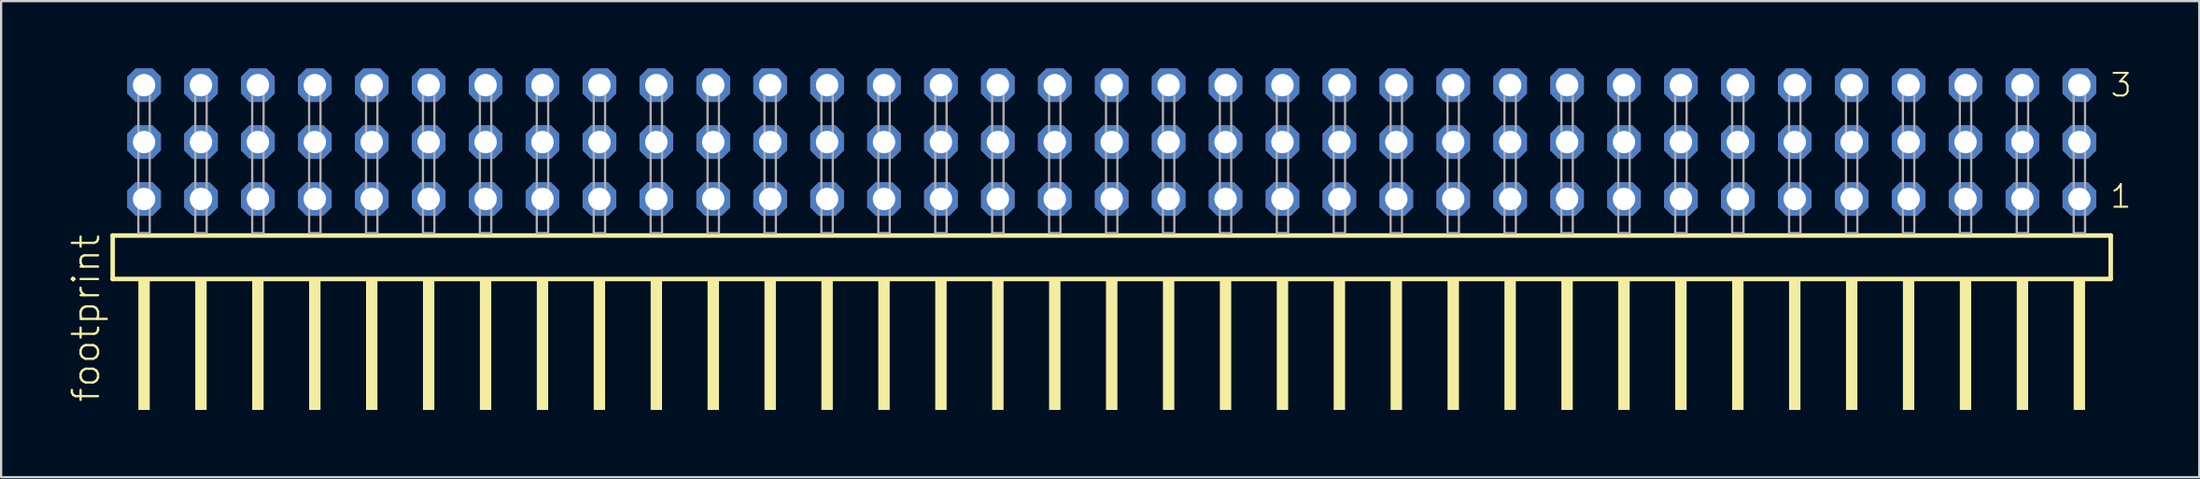
<source format=kicad_pcb>
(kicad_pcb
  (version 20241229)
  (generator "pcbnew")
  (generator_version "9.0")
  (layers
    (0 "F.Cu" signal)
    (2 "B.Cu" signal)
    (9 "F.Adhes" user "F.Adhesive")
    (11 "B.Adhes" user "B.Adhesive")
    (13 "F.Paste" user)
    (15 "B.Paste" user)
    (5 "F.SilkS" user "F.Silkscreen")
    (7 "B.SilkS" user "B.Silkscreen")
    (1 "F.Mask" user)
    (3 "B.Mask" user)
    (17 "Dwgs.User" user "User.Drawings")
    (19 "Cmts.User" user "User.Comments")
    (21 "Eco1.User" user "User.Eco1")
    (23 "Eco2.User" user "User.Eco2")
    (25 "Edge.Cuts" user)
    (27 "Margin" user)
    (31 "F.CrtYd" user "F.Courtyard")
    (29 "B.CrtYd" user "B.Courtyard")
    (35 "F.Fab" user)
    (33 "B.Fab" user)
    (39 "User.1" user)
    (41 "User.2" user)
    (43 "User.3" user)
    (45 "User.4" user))
  (footprint "footprint"
    (layer "F.Cu")
    (at 47.828 7.354)
    (property "Reference" "footprint" (at -46.355 7.62 90) (layer "F.SilkS") (effects (font (size 1.168 1.168) (thickness 0.102)) (justify left bottom)))
    (fp_line (start -45.849 0.106) (end -45.849 2.046) (stroke (width 0.203) (type solid)) (layer "F.SilkS"))
    (fp_line (start -45.849 2.046) (end 43.309 2.046) (stroke (width 0.203) (type solid)) (layer "F.SilkS"))
    (fp_line (start 43.309 0.106) (end -45.849 0.106) (stroke (width 0.203) (type solid)) (layer "F.SilkS"))
    (fp_line (start 43.309 2.046) (end 43.309 0.106) (stroke (width 0.203) (type solid)) (layer "F.SilkS"))
    (fp_poly (pts (xy -44.704 7.89) (xy -44.196 7.89) (xy -44.196 2.04) (xy -44.704 2.04)) (stroke (width 0) (type solid)) (fill yes) (layer "F.SilkS"))
    (fp_poly (pts (xy -42.164 7.89) (xy -41.656 7.89) (xy -41.656 2.04) (xy -42.164 2.04)) (stroke (width 0) (type solid)) (fill yes) (layer "F.SilkS"))
    (fp_poly (pts (xy -39.624 7.89) (xy -39.116 7.89) (xy -39.116 2.04) (xy -39.624 2.04)) (stroke (width 0) (type solid)) (fill yes) (layer "F.SilkS"))
    (fp_poly (pts (xy -37.084 7.89) (xy -36.576 7.89) (xy -36.576 2.04) (xy -37.084 2.04)) (stroke (width 0) (type solid)) (fill yes) (layer "F.SilkS"))
    (fp_poly (pts (xy -34.544 7.89) (xy -34.036 7.89) (xy -34.036 2.04) (xy -34.544 2.04)) (stroke (width 0) (type solid)) (fill yes) (layer "F.SilkS"))
    (fp_poly (pts (xy -32.004 7.89) (xy -31.496 7.89) (xy -31.496 2.04) (xy -32.004 2.04)) (stroke (width 0) (type solid)) (fill yes) (layer "F.SilkS"))
    (fp_poly (pts (xy -29.464 7.89) (xy -28.956 7.89) (xy -28.956 2.04) (xy -29.464 2.04)) (stroke (width 0) (type solid)) (fill yes) (layer "F.SilkS"))
    (fp_poly (pts (xy -26.924 7.89) (xy -26.416 7.89) (xy -26.416 2.04) (xy -26.924 2.04)) (stroke (width 0) (type solid)) (fill yes) (layer "F.SilkS"))
    (fp_poly (pts (xy -24.384 7.89) (xy -23.876 7.89) (xy -23.876 2.04) (xy -24.384 2.04)) (stroke (width 0) (type solid)) (fill yes) (layer "F.SilkS"))
    (fp_poly (pts (xy -21.844 7.89) (xy -21.336 7.89) (xy -21.336 2.04) (xy -21.844 2.04)) (stroke (width 0) (type solid)) (fill yes) (layer "F.SilkS"))
    (fp_poly (pts (xy -19.304 7.89) (xy -18.796 7.89) (xy -18.796 2.04) (xy -19.304 2.04)) (stroke (width 0) (type solid)) (fill yes) (layer "F.SilkS"))
    (fp_poly (pts (xy -16.764 7.89) (xy -16.256 7.89) (xy -16.256 2.04) (xy -16.764 2.04)) (stroke (width 0) (type solid)) (fill yes) (layer "F.SilkS"))
    (fp_poly (pts (xy -14.224 7.89) (xy -13.716 7.89) (xy -13.716 2.04) (xy -14.224 2.04)) (stroke (width 0) (type solid)) (fill yes) (layer "F.SilkS"))
    (fp_poly (pts (xy -11.684 7.89) (xy -11.176 7.89) (xy -11.176 2.04) (xy -11.684 2.04)) (stroke (width 0) (type solid)) (fill yes) (layer "F.SilkS"))
    (fp_poly (pts (xy -9.144 7.89) (xy -8.636 7.89) (xy -8.636 2.04) (xy -9.144 2.04)) (stroke (width 0) (type solid)) (fill yes) (layer "F.SilkS"))
    (fp_poly (pts (xy -6.604 7.89) (xy -6.096 7.89) (xy -6.096 2.04) (xy -6.604 2.04)) (stroke (width 0) (type solid)) (fill yes) (layer "F.SilkS"))
    (fp_poly (pts (xy -4.064 7.89) (xy -3.556 7.89) (xy -3.556 2.04) (xy -4.064 2.04)) (stroke (width 0) (type solid)) (fill yes) (layer "F.SilkS"))
    (fp_poly (pts (xy -1.524 7.89) (xy -1.016 7.89) (xy -1.016 2.04) (xy -1.524 2.04)) (stroke (width 0) (type solid)) (fill yes) (layer "F.SilkS"))
    (fp_poly (pts (xy 1.016 7.89) (xy 1.524 7.89) (xy 1.524 2.04) (xy 1.016 2.04)) (stroke (width 0) (type solid)) (fill yes) (layer "F.SilkS"))
    (fp_poly (pts (xy 3.556 7.89) (xy 4.064 7.89) (xy 4.064 2.04) (xy 3.556 2.04)) (stroke (width 0) (type solid)) (fill yes) (layer "F.SilkS"))
    (fp_poly (pts (xy 6.096 7.89) (xy 6.604 7.89) (xy 6.604 2.04) (xy 6.096 2.04)) (stroke (width 0) (type solid)) (fill yes) (layer "F.SilkS"))
    (fp_poly (pts (xy 8.636 7.89) (xy 9.144 7.89) (xy 9.144 2.04) (xy 8.636 2.04)) (stroke (width 0) (type solid)) (fill yes) (layer "F.SilkS"))
    (fp_poly (pts (xy 11.176 7.89) (xy 11.684 7.89) (xy 11.684 2.04) (xy 11.176 2.04)) (stroke (width 0) (type solid)) (fill yes) (layer "F.SilkS"))
    (fp_poly (pts (xy 13.716 7.89) (xy 14.224 7.89) (xy 14.224 2.04) (xy 13.716 2.04)) (stroke (width 0) (type solid)) (fill yes) (layer "F.SilkS"))
    (fp_poly (pts (xy 16.256 7.89) (xy 16.764 7.89) (xy 16.764 2.04) (xy 16.256 2.04)) (stroke (width 0) (type solid)) (fill yes) (layer "F.SilkS"))
    (fp_poly (pts (xy 18.796 7.89) (xy 19.304 7.89) (xy 19.304 2.04) (xy 18.796 2.04)) (stroke (width 0) (type solid)) (fill yes) (layer "F.SilkS"))
    (fp_poly (pts (xy 21.336 7.89) (xy 21.844 7.89) (xy 21.844 2.04) (xy 21.336 2.04)) (stroke (width 0) (type solid)) (fill yes) (layer "F.SilkS"))
    (fp_poly (pts (xy 23.876 7.89) (xy 24.384 7.89) (xy 24.384 2.04) (xy 23.876 2.04)) (stroke (width 0) (type solid)) (fill yes) (layer "F.SilkS"))
    (fp_poly (pts (xy 26.416 7.89) (xy 26.924 7.89) (xy 26.924 2.04) (xy 26.416 2.04)) (stroke (width 0) (type solid)) (fill yes) (layer "F.SilkS"))
    (fp_poly (pts (xy 28.956 7.89) (xy 29.464 7.89) (xy 29.464 2.04) (xy 28.956 2.04)) (stroke (width 0) (type solid)) (fill yes) (layer "F.SilkS"))
    (fp_poly (pts (xy 31.496 7.89) (xy 32.004 7.89) (xy 32.004 2.04) (xy 31.496 2.04)) (stroke (width 0) (type solid)) (fill yes) (layer "F.SilkS"))
    (fp_poly (pts (xy 34.036 7.89) (xy 34.544 7.89) (xy 34.544 2.04) (xy 34.036 2.04)) (stroke (width 0) (type solid)) (fill yes) (layer "F.SilkS"))
    (fp_poly (pts (xy 36.576 7.89) (xy 37.084 7.89) (xy 37.084 2.04) (xy 36.576 2.04)) (stroke (width 0) (type solid)) (fill yes) (layer "F.SilkS"))
    (fp_poly (pts (xy 39.116 7.89) (xy 39.624 7.89) (xy 39.624 2.04) (xy 39.116 2.04)) (stroke (width 0) (type solid)) (fill yes) (layer "F.SilkS"))
    (fp_poly (pts (xy 41.656 7.89) (xy 42.164 7.89) (xy 42.164 2.04) (xy 41.656 2.04)) (stroke (width 0) (type solid)) (fill yes) (layer "F.SilkS"))
    (fp_poly (pts (xy -44.704 0) (xy -44.196 0) (xy -44.196 -6.858) (xy -44.704 -6.858)) (stroke (width 0.1) (type solid)) (fill no) (layer "F.Fab"))
    (fp_poly (pts (xy -42.164 0) (xy -41.656 0) (xy -41.656 -6.858) (xy -42.164 -6.858)) (stroke (width 0.1) (type solid)) (fill no) (layer "F.Fab"))
    (fp_poly (pts (xy -39.624 0) (xy -39.116 0) (xy -39.116 -6.858) (xy -39.624 -6.858)) (stroke (width 0.1) (type solid)) (fill no) (layer "F.Fab"))
    (fp_poly (pts (xy -37.084 0) (xy -36.576 0) (xy -36.576 -6.858) (xy -37.084 -6.858)) (stroke (width 0.1) (type solid)) (fill no) (layer "F.Fab"))
    (fp_poly (pts (xy -34.544 0) (xy -34.036 0) (xy -34.036 -6.858) (xy -34.544 -6.858)) (stroke (width 0.1) (type solid)) (fill no) (layer "F.Fab"))
    (fp_poly (pts (xy -32.004 0) (xy -31.496 0) (xy -31.496 -6.858) (xy -32.004 -6.858)) (stroke (width 0.1) (type solid)) (fill no) (layer "F.Fab"))
    (fp_poly (pts (xy -29.464 0) (xy -28.956 0) (xy -28.956 -6.858) (xy -29.464 -6.858)) (stroke (width 0.1) (type solid)) (fill no) (layer "F.Fab"))
    (fp_poly (pts (xy -26.924 0) (xy -26.416 0) (xy -26.416 -6.858) (xy -26.924 -6.858)) (stroke (width 0.1) (type solid)) (fill no) (layer "F.Fab"))
    (fp_poly (pts (xy -24.384 0) (xy -23.876 0) (xy -23.876 -6.858) (xy -24.384 -6.858)) (stroke (width 0.1) (type solid)) (fill no) (layer "F.Fab"))
    (fp_poly (pts (xy -21.844 0) (xy -21.336 0) (xy -21.336 -6.858) (xy -21.844 -6.858)) (stroke (width 0.1) (type solid)) (fill no) (layer "F.Fab"))
    (fp_poly (pts (xy -19.304 0) (xy -18.796 0) (xy -18.796 -6.858) (xy -19.304 -6.858)) (stroke (width 0.1) (type solid)) (fill no) (layer "F.Fab"))
    (fp_poly (pts (xy -16.764 0) (xy -16.256 0) (xy -16.256 -6.858) (xy -16.764 -6.858)) (stroke (width 0.1) (type solid)) (fill no) (layer "F.Fab"))
    (fp_poly (pts (xy -14.224 0) (xy -13.716 0) (xy -13.716 -6.858) (xy -14.224 -6.858)) (stroke (width 0.1) (type solid)) (fill no) (layer "F.Fab"))
    (fp_poly (pts (xy -11.684 0) (xy -11.176 0) (xy -11.176 -6.858) (xy -11.684 -6.858)) (stroke (width 0.1) (type solid)) (fill no) (layer "F.Fab"))
    (fp_poly (pts (xy -9.144 0) (xy -8.636 0) (xy -8.636 -6.858) (xy -9.144 -6.858)) (stroke (width 0.1) (type solid)) (fill no) (layer "F.Fab"))
    (fp_poly (pts (xy -6.604 0) (xy -6.096 0) (xy -6.096 -6.858) (xy -6.604 -6.858)) (stroke (width 0.1) (type solid)) (fill no) (layer "F.Fab"))
    (fp_poly (pts (xy -4.064 0) (xy -3.556 0) (xy -3.556 -6.858) (xy -4.064 -6.858)) (stroke (width 0.1) (type solid)) (fill no) (layer "F.Fab"))
    (fp_poly (pts (xy -1.524 0) (xy -1.016 0) (xy -1.016 -6.858) (xy -1.524 -6.858)) (stroke (width 0.1) (type solid)) (fill no) (layer "F.Fab"))
    (fp_poly (pts (xy 1.016 0) (xy 1.524 0) (xy 1.524 -6.858) (xy 1.016 -6.858)) (stroke (width 0.1) (type solid)) (fill no) (layer "F.Fab"))
    (fp_poly (pts (xy 3.556 0) (xy 4.064 0) (xy 4.064 -6.858) (xy 3.556 -6.858)) (stroke (width 0.1) (type solid)) (fill no) (layer "F.Fab"))
    (fp_poly (pts (xy 6.096 0) (xy 6.604 0) (xy 6.604 -6.858) (xy 6.096 -6.858)) (stroke (width 0.1) (type solid)) (fill no) (layer "F.Fab"))
    (fp_poly (pts (xy 8.636 0) (xy 9.144 0) (xy 9.144 -6.858) (xy 8.636 -6.858)) (stroke (width 0.1) (type solid)) (fill no) (layer "F.Fab"))
    (fp_poly (pts (xy 11.176 0) (xy 11.684 0) (xy 11.684 -6.858) (xy 11.176 -6.858)) (stroke (width 0.1) (type solid)) (fill no) (layer "F.Fab"))
    (fp_poly (pts (xy 13.716 0) (xy 14.224 0) (xy 14.224 -6.858) (xy 13.716 -6.858)) (stroke (width 0.1) (type solid)) (fill no) (layer "F.Fab"))
    (fp_poly (pts (xy 16.256 0) (xy 16.764 0) (xy 16.764 -6.858) (xy 16.256 -6.858)) (stroke (width 0.1) (type solid)) (fill no) (layer "F.Fab"))
    (fp_poly (pts (xy 18.796 0) (xy 19.304 0) (xy 19.304 -6.858) (xy 18.796 -6.858)) (stroke (width 0.1) (type solid)) (fill no) (layer "F.Fab"))
    (fp_poly (pts (xy 21.336 0) (xy 21.844 0) (xy 21.844 -6.858) (xy 21.336 -6.858)) (stroke (width 0.1) (type solid)) (fill no) (layer "F.Fab"))
    (fp_poly (pts (xy 23.876 0) (xy 24.384 0) (xy 24.384 -6.858) (xy 23.876 -6.858)) (stroke (width 0.1) (type solid)) (fill no) (layer "F.Fab"))
    (fp_poly (pts (xy 26.416 0) (xy 26.924 0) (xy 26.924 -6.858) (xy 26.416 -6.858)) (stroke (width 0.1) (type solid)) (fill no) (layer "F.Fab"))
    (fp_poly (pts (xy 28.956 0) (xy 29.464 0) (xy 29.464 -6.858) (xy 28.956 -6.858)) (stroke (width 0.1) (type solid)) (fill no) (layer "F.Fab"))
    (fp_poly (pts (xy 31.496 0) (xy 32.004 0) (xy 32.004 -6.858) (xy 31.496 -6.858)) (stroke (width 0.1) (type solid)) (fill no) (layer "F.Fab"))
    (fp_poly (pts (xy 34.036 0) (xy 34.544 0) (xy 34.544 -6.858) (xy 34.036 -6.858)) (stroke (width 0.1) (type solid)) (fill no) (layer "F.Fab"))
    (fp_poly (pts (xy 36.576 0) (xy 37.084 0) (xy 37.084 -6.858) (xy 36.576 -6.858)) (stroke (width 0.1) (type solid)) (fill no) (layer "F.Fab"))
    (fp_poly (pts (xy 39.116 0) (xy 39.624 0) (xy 39.624 -6.858) (xy 39.116 -6.858)) (stroke (width 0.1) (type solid)) (fill no) (layer "F.Fab"))
    (fp_poly (pts (xy 41.656 0) (xy 42.164 0) (xy 42.164 -6.858) (xy 41.656 -6.858)) (stroke (width 0.1) (type solid)) (fill no) (layer "F.Fab"))
    (fp_text user "3" (at 43.235 -6.015 0) (layer "F.SilkS") (effects (font (size 1.012 1.012) (thickness 0.088)) (justify left bottom)))
    (fp_text user "1" (at 43.22 -1.05 0) (layer "F.SilkS") (effects (font (size 1.012 1.012) (thickness 0.088)) (justify left bottom)))
    (pad "1" thru_hole roundrect (at 41.91 -1.524 180) (size 1.5 1.5) (drill 1) (layers "*.Cu" "*.Mask") (roundrect_rratio 0.25) (chamfer_ratio 0.25) (chamfer top_left top_right bottom_left bottom_right))
    (pad "2" thru_hole roundrect (at 41.91 -4.064 180) (size 1.5 1.5) (drill 1) (layers "*.Cu" "*.Mask") (roundrect_rratio 0.25) (chamfer_ratio 0.25) (chamfer top_left top_right bottom_left bottom_right))
    (pad "3" thru_hole roundrect (at 41.91 -6.604 180) (size 1.5 1.5) (drill 1) (layers "*.Cu" "*.Mask") (roundrect_rratio 0.25) (chamfer_ratio 0.25) (chamfer top_left top_right bottom_left bottom_right))
    (pad "4" thru_hole roundrect (at 39.37 -1.524 180) (size 1.5 1.5) (drill 1) (layers "*.Cu" "*.Mask") (roundrect_rratio 0.25) (chamfer_ratio 0.25) (chamfer top_left top_right bottom_left bottom_right))
    (pad "5" thru_hole roundrect (at 39.37 -4.064 180) (size 1.5 1.5) (drill 1) (layers "*.Cu" "*.Mask") (roundrect_rratio 0.25) (chamfer_ratio 0.25) (chamfer top_left top_right bottom_left bottom_right))
    (pad "6" thru_hole roundrect (at 39.37 -6.604 180) (size 1.5 1.5) (drill 1) (layers "*.Cu" "*.Mask") (roundrect_rratio 0.25) (chamfer_ratio 0.25) (chamfer top_left top_right bottom_left bottom_right))
    (pad "7" thru_hole roundrect (at 36.83 -1.524 180) (size 1.5 1.5) (drill 1) (layers "*.Cu" "*.Mask") (roundrect_rratio 0.25) (chamfer_ratio 0.25) (chamfer top_left top_right bottom_left bottom_right))
    (pad "8" thru_hole roundrect (at 36.83 -4.064 180) (size 1.5 1.5) (drill 1) (layers "*.Cu" "*.Mask") (roundrect_rratio 0.25) (chamfer_ratio 0.25) (chamfer top_left top_right bottom_left bottom_right))
    (pad "9" thru_hole roundrect (at 36.83 -6.604 180) (size 1.5 1.5) (drill 1) (layers "*.Cu" "*.Mask") (roundrect_rratio 0.25) (chamfer_ratio 0.25) (chamfer top_left top_right bottom_left bottom_right))
    (pad "10" thru_hole roundrect (at 34.29 -1.524 180) (size 1.5 1.5) (drill 1) (layers "*.Cu" "*.Mask") (roundrect_rratio 0.25) (chamfer_ratio 0.25) (chamfer top_left top_right bottom_left bottom_right))
    (pad "11" thru_hole roundrect (at 34.29 -4.064 180) (size 1.5 1.5) (drill 1) (layers "*.Cu" "*.Mask") (roundrect_rratio 0.25) (chamfer_ratio 0.25) (chamfer top_left top_right bottom_left bottom_right))
    (pad "12" thru_hole roundrect (at 34.29 -6.604 180) (size 1.5 1.5) (drill 1) (layers "*.Cu" "*.Mask") (roundrect_rratio 0.25) (chamfer_ratio 0.25) (chamfer top_left top_right bottom_left bottom_right))
    (pad "13" thru_hole roundrect (at 31.75 -1.524 180) (size 1.5 1.5) (drill 1) (layers "*.Cu" "*.Mask") (roundrect_rratio 0.25) (chamfer_ratio 0.25) (chamfer top_left top_right bottom_left bottom_right))
    (pad "14" thru_hole roundrect (at 31.75 -4.064 180) (size 1.5 1.5) (drill 1) (layers "*.Cu" "*.Mask") (roundrect_rratio 0.25) (chamfer_ratio 0.25) (chamfer top_left top_right bottom_left bottom_right))
    (pad "15" thru_hole roundrect (at 31.75 -6.604 180) (size 1.5 1.5) (drill 1) (layers "*.Cu" "*.Mask") (roundrect_rratio 0.25) (chamfer_ratio 0.25) (chamfer top_left top_right bottom_left bottom_right))
    (pad "16" thru_hole roundrect (at 29.21 -1.524 180) (size 1.5 1.5) (drill 1) (layers "*.Cu" "*.Mask") (roundrect_rratio 0.25) (chamfer_ratio 0.25) (chamfer top_left top_right bottom_left bottom_right))
    (pad "17" thru_hole roundrect (at 29.21 -4.064 180) (size 1.5 1.5) (drill 1) (layers "*.Cu" "*.Mask") (roundrect_rratio 0.25) (chamfer_ratio 0.25) (chamfer top_left top_right bottom_left bottom_right))
    (pad "18" thru_hole roundrect (at 29.21 -6.604 180) (size 1.5 1.5) (drill 1) (layers "*.Cu" "*.Mask") (roundrect_rratio 0.25) (chamfer_ratio 0.25) (chamfer top_left top_right bottom_left bottom_right))
    (pad "19" thru_hole roundrect (at 26.67 -1.524 180) (size 1.5 1.5) (drill 1) (layers "*.Cu" "*.Mask") (roundrect_rratio 0.25) (chamfer_ratio 0.25) (chamfer top_left top_right bottom_left bottom_right))
    (pad "20" thru_hole roundrect (at 26.67 -4.064 180) (size 1.5 1.5) (drill 1) (layers "*.Cu" "*.Mask") (roundrect_rratio 0.25) (chamfer_ratio 0.25) (chamfer top_left top_right bottom_left bottom_right))
    (pad "21" thru_hole roundrect (at 26.67 -6.604 180) (size 1.5 1.5) (drill 1) (layers "*.Cu" "*.Mask") (roundrect_rratio 0.25) (chamfer_ratio 0.25) (chamfer top_left top_right bottom_left bottom_right))
    (pad "22" thru_hole roundrect (at 24.13 -1.524 180) (size 1.5 1.5) (drill 1) (layers "*.Cu" "*.Mask") (roundrect_rratio 0.25) (chamfer_ratio 0.25) (chamfer top_left top_right bottom_left bottom_right))
    (pad "23" thru_hole roundrect (at 24.13 -4.064 180) (size 1.5 1.5) (drill 1) (layers "*.Cu" "*.Mask") (roundrect_rratio 0.25) (chamfer_ratio 0.25) (chamfer top_left top_right bottom_left bottom_right))
    (pad "24" thru_hole roundrect (at 24.13 -6.604 180) (size 1.5 1.5) (drill 1) (layers "*.Cu" "*.Mask") (roundrect_rratio 0.25) (chamfer_ratio 0.25) (chamfer top_left top_right bottom_left bottom_right))
    (pad "25" thru_hole roundrect (at 21.59 -1.524 180) (size 1.5 1.5) (drill 1) (layers "*.Cu" "*.Mask") (roundrect_rratio 0.25) (chamfer_ratio 0.25) (chamfer top_left top_right bottom_left bottom_right))
    (pad "26" thru_hole roundrect (at 21.59 -4.064 180) (size 1.5 1.5) (drill 1) (layers "*.Cu" "*.Mask") (roundrect_rratio 0.25) (chamfer_ratio 0.25) (chamfer top_left top_right bottom_left bottom_right))
    (pad "27" thru_hole roundrect (at 21.59 -6.604 180) (size 1.5 1.5) (drill 1) (layers "*.Cu" "*.Mask") (roundrect_rratio 0.25) (chamfer_ratio 0.25) (chamfer top_left top_right bottom_left bottom_right))
    (pad "28" thru_hole roundrect (at 19.05 -1.524 180) (size 1.5 1.5) (drill 1) (layers "*.Cu" "*.Mask") (roundrect_rratio 0.25) (chamfer_ratio 0.25) (chamfer top_left top_right bottom_left bottom_right))
    (pad "29" thru_hole roundrect (at 19.05 -4.064 180) (size 1.5 1.5) (drill 1) (layers "*.Cu" "*.Mask") (roundrect_rratio 0.25) (chamfer_ratio 0.25) (chamfer top_left top_right bottom_left bottom_right))
    (pad "30" thru_hole roundrect (at 19.05 -6.604 180) (size 1.5 1.5) (drill 1) (layers "*.Cu" "*.Mask") (roundrect_rratio 0.25) (chamfer_ratio 0.25) (chamfer top_left top_right bottom_left bottom_right))
    (pad "31" thru_hole roundrect (at 16.51 -1.524 180) (size 1.5 1.5) (drill 1) (layers "*.Cu" "*.Mask") (roundrect_rratio 0.25) (chamfer_ratio 0.25) (chamfer top_left top_right bottom_left bottom_right))
    (pad "32" thru_hole roundrect (at 16.51 -4.064 180) (size 1.5 1.5) (drill 1) (layers "*.Cu" "*.Mask") (roundrect_rratio 0.25) (chamfer_ratio 0.25) (chamfer top_left top_right bottom_left bottom_right))
    (pad "33" thru_hole roundrect (at 16.51 -6.604 180) (size 1.5 1.5) (drill 1) (layers "*.Cu" "*.Mask") (roundrect_rratio 0.25) (chamfer_ratio 0.25) (chamfer top_left top_right bottom_left bottom_right))
    (pad "34" thru_hole roundrect (at 13.97 -1.524 180) (size 1.5 1.5) (drill 1) (layers "*.Cu" "*.Mask") (roundrect_rratio 0.25) (chamfer_ratio 0.25) (chamfer top_left top_right bottom_left bottom_right))
    (pad "35" thru_hole roundrect (at 13.97 -4.064 180) (size 1.5 1.5) (drill 1) (layers "*.Cu" "*.Mask") (roundrect_rratio 0.25) (chamfer_ratio 0.25) (chamfer top_left top_right bottom_left bottom_right))
    (pad "36" thru_hole roundrect (at 13.97 -6.604 180) (size 1.5 1.5) (drill 1) (layers "*.Cu" "*.Mask") (roundrect_rratio 0.25) (chamfer_ratio 0.25) (chamfer top_left top_right bottom_left bottom_right))
    (pad "37" thru_hole roundrect (at 11.43 -1.524 180) (size 1.5 1.5) (drill 1) (layers "*.Cu" "*.Mask") (roundrect_rratio 0.25) (chamfer_ratio 0.25) (chamfer top_left top_right bottom_left bottom_right))
    (pad "38" thru_hole roundrect (at 11.43 -4.064 180) (size 1.5 1.5) (drill 1) (layers "*.Cu" "*.Mask") (roundrect_rratio 0.25) (chamfer_ratio 0.25) (chamfer top_left top_right bottom_left bottom_right))
    (pad "39" thru_hole roundrect (at 11.43 -6.604 180) (size 1.5 1.5) (drill 1) (layers "*.Cu" "*.Mask") (roundrect_rratio 0.25) (chamfer_ratio 0.25) (chamfer top_left top_right bottom_left bottom_right))
    (pad "40" thru_hole roundrect (at 8.89 -1.524 180) (size 1.5 1.5) (drill 1) (layers "*.Cu" "*.Mask") (roundrect_rratio 0.25) (chamfer_ratio 0.25) (chamfer top_left top_right bottom_left bottom_right))
    (pad "41" thru_hole roundrect (at 8.89 -4.064 180) (size 1.5 1.5) (drill 1) (layers "*.Cu" "*.Mask") (roundrect_rratio 0.25) (chamfer_ratio 0.25) (chamfer top_left top_right bottom_left bottom_right))
    (pad "42" thru_hole roundrect (at 8.89 -6.604 180) (size 1.5 1.5) (drill 1) (layers "*.Cu" "*.Mask") (roundrect_rratio 0.25) (chamfer_ratio 0.25) (chamfer top_left top_right bottom_left bottom_right))
    (pad "43" thru_hole roundrect (at 6.35 -1.524 180) (size 1.5 1.5) (drill 1) (layers "*.Cu" "*.Mask") (roundrect_rratio 0.25) (chamfer_ratio 0.25) (chamfer top_left top_right bottom_left bottom_right))
    (pad "44" thru_hole roundrect (at 6.35 -4.064 180) (size 1.5 1.5) (drill 1) (layers "*.Cu" "*.Mask") (roundrect_rratio 0.25) (chamfer_ratio 0.25) (chamfer top_left top_right bottom_left bottom_right))
    (pad "45" thru_hole roundrect (at 6.35 -6.604 180) (size 1.5 1.5) (drill 1) (layers "*.Cu" "*.Mask") (roundrect_rratio 0.25) (chamfer_ratio 0.25) (chamfer top_left top_right bottom_left bottom_right))
    (pad "46" thru_hole roundrect (at 3.81 -1.524 180) (size 1.5 1.5) (drill 1) (layers "*.Cu" "*.Mask") (roundrect_rratio 0.25) (chamfer_ratio 0.25) (chamfer top_left top_right bottom_left bottom_right))
    (pad "47" thru_hole roundrect (at 3.81 -4.064 180) (size 1.5 1.5) (drill 1) (layers "*.Cu" "*.Mask") (roundrect_rratio 0.25) (chamfer_ratio 0.25) (chamfer top_left top_right bottom_left bottom_right))
    (pad "48" thru_hole roundrect (at 3.81 -6.604 180) (size 1.5 1.5) (drill 1) (layers "*.Cu" "*.Mask") (roundrect_rratio 0.25) (chamfer_ratio 0.25) (chamfer top_left top_right bottom_left bottom_right))
    (pad "49" thru_hole roundrect (at 1.27 -1.524 180) (size 1.5 1.5) (drill 1) (layers "*.Cu" "*.Mask") (roundrect_rratio 0.25) (chamfer_ratio 0.25) (chamfer top_left top_right bottom_left bottom_right))
    (pad "50" thru_hole roundrect (at 1.27 -4.064 180) (size 1.5 1.5) (drill 1) (layers "*.Cu" "*.Mask") (roundrect_rratio 0.25) (chamfer_ratio 0.25) (chamfer top_left top_right bottom_left bottom_right))
    (pad "51" thru_hole roundrect (at 1.27 -6.604 180) (size 1.5 1.5) (drill 1) (layers "*.Cu" "*.Mask") (roundrect_rratio 0.25) (chamfer_ratio 0.25) (chamfer top_left top_right bottom_left bottom_right))
    (pad "52" thru_hole roundrect (at -1.27 -1.524 180) (size 1.5 1.5) (drill 1) (layers "*.Cu" "*.Mask") (roundrect_rratio 0.25) (chamfer_ratio 0.25) (chamfer top_left top_right bottom_left bottom_right))
    (pad "53" thru_hole roundrect (at -1.27 -4.064 180) (size 1.5 1.5) (drill 1) (layers "*.Cu" "*.Mask") (roundrect_rratio 0.25) (chamfer_ratio 0.25) (chamfer top_left top_right bottom_left bottom_right))
    (pad "54" thru_hole roundrect (at -1.27 -6.604 180) (size 1.5 1.5) (drill 1) (layers "*.Cu" "*.Mask") (roundrect_rratio 0.25) (chamfer_ratio 0.25) (chamfer top_left top_right bottom_left bottom_right))
    (pad "55" thru_hole roundrect (at -3.81 -1.524 180) (size 1.5 1.5) (drill 1) (layers "*.Cu" "*.Mask") (roundrect_rratio 0.25) (chamfer_ratio 0.25) (chamfer top_left top_right bottom_left bottom_right))
    (pad "56" thru_hole roundrect (at -3.81 -4.064 180) (size 1.5 1.5) (drill 1) (layers "*.Cu" "*.Mask") (roundrect_rratio 0.25) (chamfer_ratio 0.25) (chamfer top_left top_right bottom_left bottom_right))
    (pad "57" thru_hole roundrect (at -3.81 -6.604 180) (size 1.5 1.5) (drill 1) (layers "*.Cu" "*.Mask") (roundrect_rratio 0.25) (chamfer_ratio 0.25) (chamfer top_left top_right bottom_left bottom_right))
    (pad "58" thru_hole roundrect (at -6.35 -1.524 180) (size 1.5 1.5) (drill 1) (layers "*.Cu" "*.Mask") (roundrect_rratio 0.25) (chamfer_ratio 0.25) (chamfer top_left top_right bottom_left bottom_right))
    (pad "59" thru_hole roundrect (at -6.35 -4.064 180) (size 1.5 1.5) (drill 1) (layers "*.Cu" "*.Mask") (roundrect_rratio 0.25) (chamfer_ratio 0.25) (chamfer top_left top_right bottom_left bottom_right))
    (pad "60" thru_hole roundrect (at -6.35 -6.604 180) (size 1.5 1.5) (drill 1) (layers "*.Cu" "*.Mask") (roundrect_rratio 0.25) (chamfer_ratio 0.25) (chamfer top_left top_right bottom_left bottom_right))
    (pad "61" thru_hole roundrect (at -8.89 -1.524 180) (size 1.5 1.5) (drill 1) (layers "*.Cu" "*.Mask") (roundrect_rratio 0.25) (chamfer_ratio 0.25) (chamfer top_left top_right bottom_left bottom_right))
    (pad "62" thru_hole roundrect (at -8.89 -4.064 180) (size 1.5 1.5) (drill 1) (layers "*.Cu" "*.Mask") (roundrect_rratio 0.25) (chamfer_ratio 0.25) (chamfer top_left top_right bottom_left bottom_right))
    (pad "63" thru_hole roundrect (at -8.89 -6.604 180) (size 1.5 1.5) (drill 1) (layers "*.Cu" "*.Mask") (roundrect_rratio 0.25) (chamfer_ratio 0.25) (chamfer top_left top_right bottom_left bottom_right))
    (pad "64" thru_hole roundrect (at -11.43 -1.524 180) (size 1.5 1.5) (drill 1) (layers "*.Cu" "*.Mask") (roundrect_rratio 0.25) (chamfer_ratio 0.25) (chamfer top_left top_right bottom_left bottom_right))
    (pad "65" thru_hole roundrect (at -11.43 -4.064 180) (size 1.5 1.5) (drill 1) (layers "*.Cu" "*.Mask") (roundrect_rratio 0.25) (chamfer_ratio 0.25) (chamfer top_left top_right bottom_left bottom_right))
    (pad "66" thru_hole roundrect (at -11.43 -6.604 180) (size 1.5 1.5) (drill 1) (layers "*.Cu" "*.Mask") (roundrect_rratio 0.25) (chamfer_ratio 0.25) (chamfer top_left top_right bottom_left bottom_right))
    (pad "67" thru_hole roundrect (at -13.97 -1.524 180) (size 1.5 1.5) (drill 1) (layers "*.Cu" "*.Mask") (roundrect_rratio 0.25) (chamfer_ratio 0.25) (chamfer top_left top_right bottom_left bottom_right))
    (pad "68" thru_hole roundrect (at -13.97 -4.064 180) (size 1.5 1.5) (drill 1) (layers "*.Cu" "*.Mask") (roundrect_rratio 0.25) (chamfer_ratio 0.25) (chamfer top_left top_right bottom_left bottom_right))
    (pad "69" thru_hole roundrect (at -13.97 -6.604 180) (size 1.5 1.5) (drill 1) (layers "*.Cu" "*.Mask") (roundrect_rratio 0.25) (chamfer_ratio 0.25) (chamfer top_left top_right bottom_left bottom_right))
    (pad "70" thru_hole roundrect (at -16.51 -1.524 180) (size 1.5 1.5) (drill 1) (layers "*.Cu" "*.Mask") (roundrect_rratio 0.25) (chamfer_ratio 0.25) (chamfer top_left top_right bottom_left bottom_right))
    (pad "71" thru_hole roundrect (at -16.51 -4.064 180) (size 1.5 1.5) (drill 1) (layers "*.Cu" "*.Mask") (roundrect_rratio 0.25) (chamfer_ratio 0.25) (chamfer top_left top_right bottom_left bottom_right))
    (pad "72" thru_hole roundrect (at -16.51 -6.604 180) (size 1.5 1.5) (drill 1) (layers "*.Cu" "*.Mask") (roundrect_rratio 0.25) (chamfer_ratio 0.25) (chamfer top_left top_right bottom_left bottom_right))
    (pad "73" thru_hole roundrect (at -19.05 -1.524 180) (size 1.5 1.5) (drill 1) (layers "*.Cu" "*.Mask") (roundrect_rratio 0.25) (chamfer_ratio 0.25) (chamfer top_left top_right bottom_left bottom_right))
    (pad "74" thru_hole roundrect (at -19.05 -4.064 180) (size 1.5 1.5) (drill 1) (layers "*.Cu" "*.Mask") (roundrect_rratio 0.25) (chamfer_ratio 0.25) (chamfer top_left top_right bottom_left bottom_right))
    (pad "75" thru_hole roundrect (at -19.05 -6.604 180) (size 1.5 1.5) (drill 1) (layers "*.Cu" "*.Mask") (roundrect_rratio 0.25) (chamfer_ratio 0.25) (chamfer top_left top_right bottom_left bottom_right))
    (pad "76" thru_hole roundrect (at -21.59 -1.524 180) (size 1.5 1.5) (drill 1) (layers "*.Cu" "*.Mask") (roundrect_rratio 0.25) (chamfer_ratio 0.25) (chamfer top_left top_right bottom_left bottom_right))
    (pad "77" thru_hole roundrect (at -21.59 -4.064 180) (size 1.5 1.5) (drill 1) (layers "*.Cu" "*.Mask") (roundrect_rratio 0.25) (chamfer_ratio 0.25) (chamfer top_left top_right bottom_left bottom_right))
    (pad "78" thru_hole roundrect (at -21.59 -6.604 180) (size 1.5 1.5) (drill 1) (layers "*.Cu" "*.Mask") (roundrect_rratio 0.25) (chamfer_ratio 0.25) (chamfer top_left top_right bottom_left bottom_right))
    (pad "79" thru_hole roundrect (at -24.13 -1.524 180) (size 1.5 1.5) (drill 1) (layers "*.Cu" "*.Mask") (roundrect_rratio 0.25) (chamfer_ratio 0.25) (chamfer top_left top_right bottom_left bottom_right))
    (pad "80" thru_hole roundrect (at -24.13 -4.064 180) (size 1.5 1.5) (drill 1) (layers "*.Cu" "*.Mask") (roundrect_rratio 0.25) (chamfer_ratio 0.25) (chamfer top_left top_right bottom_left bottom_right))
    (pad "81" thru_hole roundrect (at -24.13 -6.604 180) (size 1.5 1.5) (drill 1) (layers "*.Cu" "*.Mask") (roundrect_rratio 0.25) (chamfer_ratio 0.25) (chamfer top_left top_right bottom_left bottom_right))
    (pad "82" thru_hole roundrect (at -26.67 -1.524 180) (size 1.5 1.5) (drill 1) (layers "*.Cu" "*.Mask") (roundrect_rratio 0.25) (chamfer_ratio 0.25) (chamfer top_left top_right bottom_left bottom_right))
    (pad "83" thru_hole roundrect (at -26.67 -4.064 180) (size 1.5 1.5) (drill 1) (layers "*.Cu" "*.Mask") (roundrect_rratio 0.25) (chamfer_ratio 0.25) (chamfer top_left top_right bottom_left bottom_right))
    (pad "84" thru_hole roundrect (at -26.67 -6.604 180) (size 1.5 1.5) (drill 1) (layers "*.Cu" "*.Mask") (roundrect_rratio 0.25) (chamfer_ratio 0.25) (chamfer top_left top_right bottom_left bottom_right))
    (pad "85" thru_hole roundrect (at -29.21 -1.524 180) (size 1.5 1.5) (drill 1) (layers "*.Cu" "*.Mask") (roundrect_rratio 0.25) (chamfer_ratio 0.25) (chamfer top_left top_right bottom_left bottom_right))
    (pad "86" thru_hole roundrect (at -29.21 -4.064 180) (size 1.5 1.5) (drill 1) (layers "*.Cu" "*.Mask") (roundrect_rratio 0.25) (chamfer_ratio 0.25) (chamfer top_left top_right bottom_left bottom_right))
    (pad "87" thru_hole roundrect (at -29.21 -6.604 180) (size 1.5 1.5) (drill 1) (layers "*.Cu" "*.Mask") (roundrect_rratio 0.25) (chamfer_ratio 0.25) (chamfer top_left top_right bottom_left bottom_right))
    (pad "88" thru_hole roundrect (at -31.75 -1.524 180) (size 1.5 1.5) (drill 1) (layers "*.Cu" "*.Mask") (roundrect_rratio 0.25) (chamfer_ratio 0.25) (chamfer top_left top_right bottom_left bottom_right))
    (pad "89" thru_hole roundrect (at -31.75 -4.064 180) (size 1.5 1.5) (drill 1) (layers "*.Cu" "*.Mask") (roundrect_rratio 0.25) (chamfer_ratio 0.25) (chamfer top_left top_right bottom_left bottom_right))
    (pad "90" thru_hole roundrect (at -31.75 -6.604 180) (size 1.5 1.5) (drill 1) (layers "*.Cu" "*.Mask") (roundrect_rratio 0.25) (chamfer_ratio 0.25) (chamfer top_left top_right bottom_left bottom_right))
    (pad "91" thru_hole roundrect (at -34.29 -1.524 180) (size 1.5 1.5) (drill 1) (layers "*.Cu" "*.Mask") (roundrect_rratio 0.25) (chamfer_ratio 0.25) (chamfer top_left top_right bottom_left bottom_right))
    (pad "92" thru_hole roundrect (at -34.29 -4.064 180) (size 1.5 1.5) (drill 1) (layers "*.Cu" "*.Mask") (roundrect_rratio 0.25) (chamfer_ratio 0.25) (chamfer top_left top_right bottom_left bottom_right))
    (pad "93" thru_hole roundrect (at -34.29 -6.604 180) (size 1.5 1.5) (drill 1) (layers "*.Cu" "*.Mask") (roundrect_rratio 0.25) (chamfer_ratio 0.25) (chamfer top_left top_right bottom_left bottom_right))
    (pad "94" thru_hole roundrect (at -36.83 -1.524 180) (size 1.5 1.5) (drill 1) (layers "*.Cu" "*.Mask") (roundrect_rratio 0.25) (chamfer_ratio 0.25) (chamfer top_left top_right bottom_left bottom_right))
    (pad "95" thru_hole roundrect (at -36.83 -4.064 180) (size 1.5 1.5) (drill 1) (layers "*.Cu" "*.Mask") (roundrect_rratio 0.25) (chamfer_ratio 0.25) (chamfer top_left top_right bottom_left bottom_right))
    (pad "96" thru_hole roundrect (at -36.83 -6.604 180) (size 1.5 1.5) (drill 1) (layers "*.Cu" "*.Mask") (roundrect_rratio 0.25) (chamfer_ratio 0.25) (chamfer top_left top_right bottom_left bottom_right))
    (pad "97" thru_hole roundrect (at -39.37 -1.524 180) (size 1.5 1.5) (drill 1) (layers "*.Cu" "*.Mask") (roundrect_rratio 0.25) (chamfer_ratio 0.25) (chamfer top_left top_right bottom_left bottom_right))
    (pad "98" thru_hole roundrect (at -39.37 -4.064 180) (size 1.5 1.5) (drill 1) (layers "*.Cu" "*.Mask") (roundrect_rratio 0.25) (chamfer_ratio 0.25) (chamfer top_left top_right bottom_left bottom_right))
    (pad "99" thru_hole roundrect (at -39.37 -6.604 180) (size 1.5 1.5) (drill 1) (layers "*.Cu" "*.Mask") (roundrect_rratio 0.25) (chamfer_ratio 0.25) (chamfer top_left top_right bottom_left bottom_right))
    (pad "100" thru_hole roundrect (at -41.91 -1.524 180) (size 1.5 1.5) (drill 1) (layers "*.Cu" "*.Mask") (roundrect_rratio 0.25) (chamfer_ratio 0.25) (chamfer top_left top_right bottom_left bottom_right))
    (pad "101" thru_hole roundrect (at -41.91 -4.064 180) (size 1.5 1.5) (drill 1) (layers "*.Cu" "*.Mask") (roundrect_rratio 0.25) (chamfer_ratio 0.25) (chamfer top_left top_right bottom_left bottom_right))
    (pad "102" thru_hole roundrect (at -41.91 -6.604 180) (size 1.5 1.5) (drill 1) (layers "*.Cu" "*.Mask") (roundrect_rratio 0.25) (chamfer_ratio 0.25) (chamfer top_left top_right bottom_left bottom_right))
    (pad "103" thru_hole roundrect (at -44.45 -1.524 180) (size 1.5 1.5) (drill 1) (layers "*.Cu" "*.Mask") (roundrect_rratio 0.25) (chamfer_ratio 0.25) (chamfer top_left top_right bottom_left bottom_right))
    (pad "104" thru_hole roundrect (at -44.45 -4.064 180) (size 1.5 1.5) (drill 1) (layers "*.Cu" "*.Mask") (roundrect_rratio 0.25) (chamfer_ratio 0.25) (chamfer top_left top_right bottom_left bottom_right))
    (pad "105" thru_hole roundrect (at -44.45 -6.604 180) (size 1.5 1.5) (drill 1) (layers "*.Cu" "*.Mask") (roundrect_rratio 0.25) (chamfer_ratio 0.25) (chamfer top_left top_right bottom_left bottom_right)))
  (gr_rect
    (start -3 -3)
    (end 95.089 18.244)
    (stroke (width 0.1) (type default))
    (fill no)
    (layer "Edge.Cuts")))
</source>
